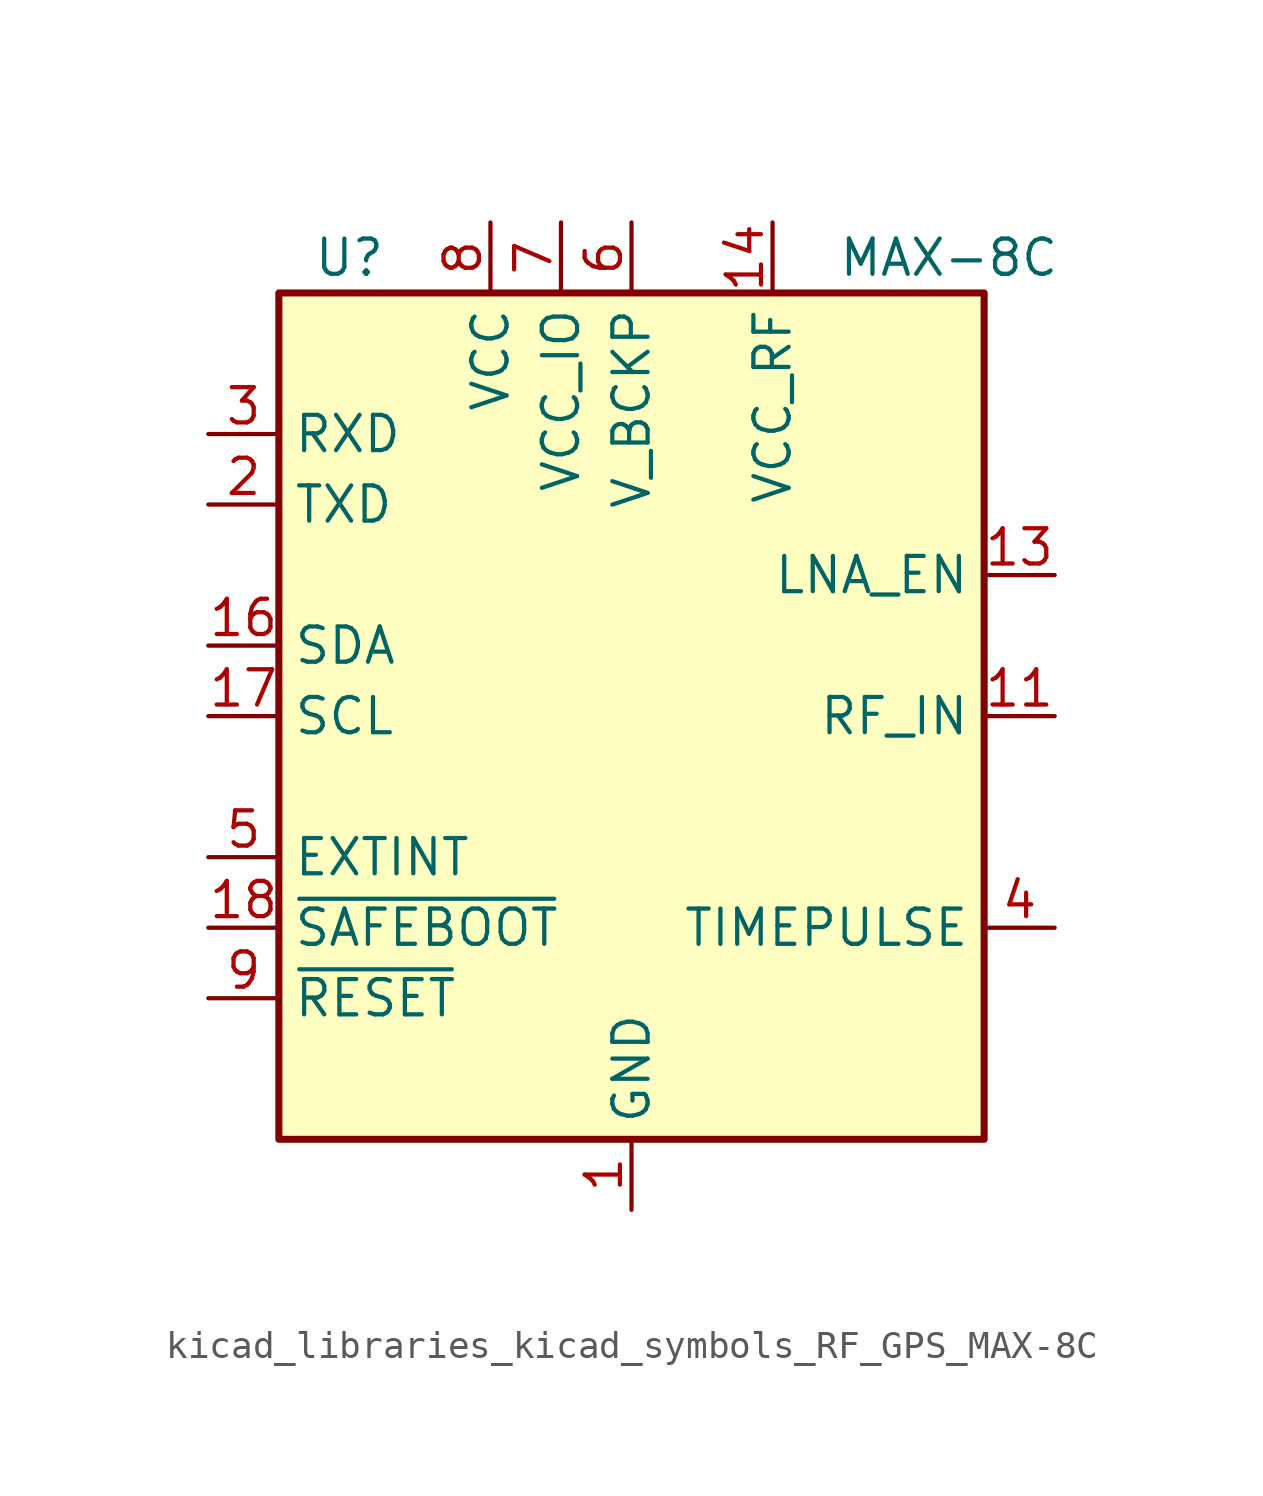
<source format=kicad_sym>
(kicad_symbol_lib
  (version 20220914)
  (generator kicad_symbol_editor)
  (symbol "kicad_libraries_kicad_symbols_RF_GPS_MAX-8C"
    (property "Reference" "U"
      (at -10.16 16.51 0)
      (effects (font (size 1.27 1.27))))
    (property "Value" "MAX-8C"
      (at 11.43 16.51 0)
      (effects (font (size 1.27 1.27))))
    (symbol "kicad_libraries_kicad_symbols_RF_GPS_MAX-8C_0_1"
      (rectangle (start 12.7 15.24) (end -12.7 -15.24) (stroke (width 0.254) (type default)) (fill (type background))))
    (symbol "kicad_libraries_kicad_symbols_RF_GPS_MAX-8C_1_1"
      (pin power_in line (at 0 -17.78 90) (length 2.54) (name "GND" (effects (font (size 1.27 1.27)))) (number "1" (effects (font (size 1.27 1.27)))))
      (pin passive line (at 0 -17.78 90) (length 2.54) hide (name "GND" (effects (font (size 1.27 1.27)))) (number "10" (effects (font (size 1.27 1.27)))))
      (pin input line (at 15.24 0 180) (length 2.54) (name "RF_IN" (effects (font (size 1.27 1.27)))) (number "11" (effects (font (size 1.27 1.27)))))
      (pin passive line (at 0 -17.78 90) (length 2.54) hide (name "GND" (effects (font (size 1.27 1.27)))) (number "12" (effects (font (size 1.27 1.27)))))
      (pin output line (at 15.24 5.08 180) (length 2.54) (name "LNA_EN" (effects (font (size 1.27 1.27)))) (number "13" (effects (font (size 1.27 1.27)))))
      (pin power_out line (at 5.08 17.78 270) (length 2.54) (name "VCC_RF" (effects (font (size 1.27 1.27)))) (number "14" (effects (font (size 1.27 1.27)))))
      (pin no_connect line (at 12.7 -5.08 180) (length 2.54) hide (name "Reserved" (effects (font (size 1.27 1.27)))) (number "15" (effects (font (size 1.27 1.27)))))
      (pin bidirectional line (at -15.24 2.54 0) (length 2.54) (name "SDA" (effects (font (size 1.27 1.27)))) (number "16" (effects (font (size 1.27 1.27)))))
      (pin input line (at -15.24 0 0) (length 2.54) (name "SCL" (effects (font (size 1.27 1.27)))) (number "17" (effects (font (size 1.27 1.27)))))
      (pin input line (at -15.24 -7.62 0) (length 2.54) (name "~{SAFEBOOT}" (effects (font (size 1.27 1.27)))) (number "18" (effects (font (size 1.27 1.27)))))
      (pin output line (at -15.24 7.62 0) (length 2.54) (name "TXD" (effects (font (size 1.27 1.27)))) (number "2" (effects (font (size 1.27 1.27)))))
      (pin input line (at -15.24 10.16 0) (length 2.54) (name "RXD" (effects (font (size 1.27 1.27)))) (number "3" (effects (font (size 1.27 1.27)))))
      (pin output line (at 15.24 -7.62 180) (length 2.54) (name "TIMEPULSE" (effects (font (size 1.27 1.27)))) (number "4" (effects (font (size 1.27 1.27)))))
      (pin input line (at -15.24 -5.08 0) (length 2.54) (name "EXTINT" (effects (font (size 1.27 1.27)))) (number "5" (effects (font (size 1.27 1.27)))))
      (pin power_in line (at 0 17.78 270) (length 2.54) (name "V_BCKP" (effects (font (size 1.27 1.27)))) (number "6" (effects (font (size 1.27 1.27)))))
      (pin power_in line (at -2.54 17.78 270) (length 2.54) (name "VCC_IO" (effects (font (size 1.27 1.27)))) (number "7" (effects (font (size 1.27 1.27)))))
      (pin power_in line (at -5.08 17.78 270) (length 2.54) (name "VCC" (effects (font (size 1.27 1.27)))) (number "8" (effects (font (size 1.27 1.27)))))
      (pin input line (at -15.24 -10.16 0) (length 2.54) (name "~{RESET}" (effects (font (size 1.27 1.27)))) (number "9" (effects (font (size 1.27 1.27))))))))
</source>
